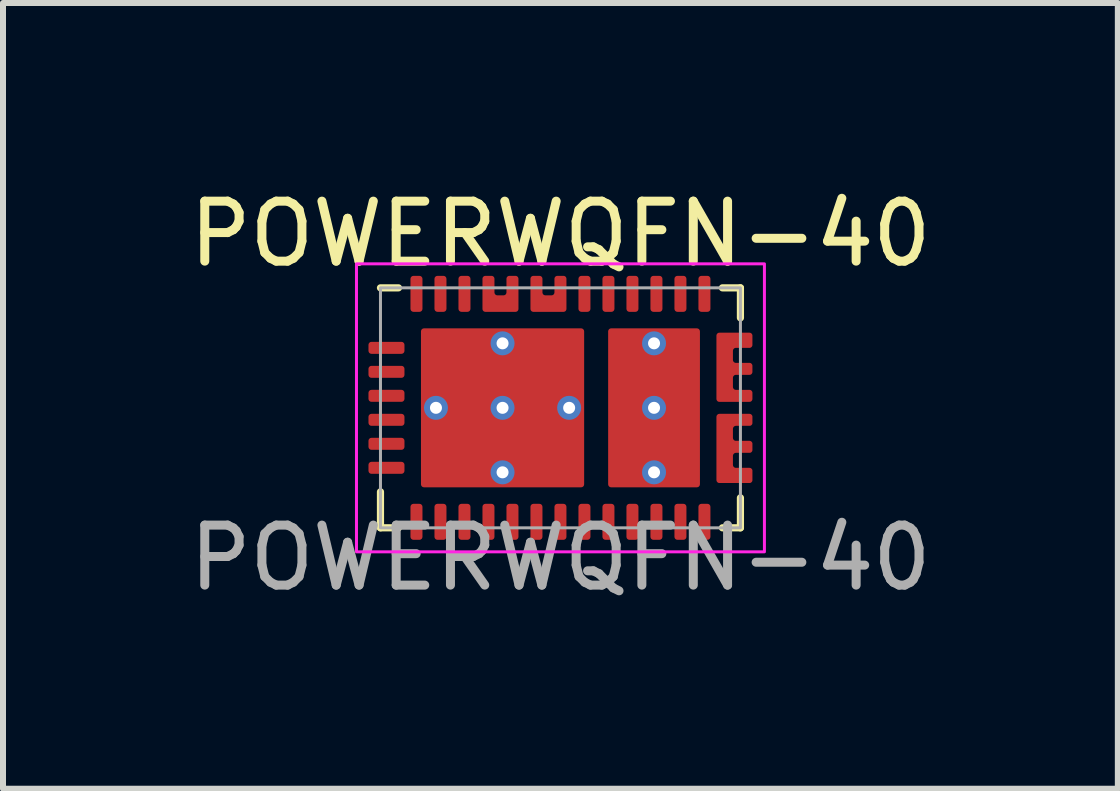
<source format=kicad_pcb>
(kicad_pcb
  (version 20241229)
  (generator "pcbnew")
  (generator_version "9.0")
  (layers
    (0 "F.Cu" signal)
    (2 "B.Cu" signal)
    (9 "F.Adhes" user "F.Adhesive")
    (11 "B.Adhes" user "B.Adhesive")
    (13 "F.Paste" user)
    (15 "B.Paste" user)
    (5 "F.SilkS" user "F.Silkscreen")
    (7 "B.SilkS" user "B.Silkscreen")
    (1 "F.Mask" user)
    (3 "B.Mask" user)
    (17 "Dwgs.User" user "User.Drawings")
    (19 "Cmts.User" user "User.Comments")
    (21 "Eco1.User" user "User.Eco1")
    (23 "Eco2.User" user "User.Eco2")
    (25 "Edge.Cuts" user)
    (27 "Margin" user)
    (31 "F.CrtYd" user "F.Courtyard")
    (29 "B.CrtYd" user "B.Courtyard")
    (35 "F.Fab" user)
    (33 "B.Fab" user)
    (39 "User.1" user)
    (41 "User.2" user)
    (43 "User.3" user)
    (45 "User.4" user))
  (footprint "POWERWQFN-40"
    (layer "F.Cu")
    (at 6.292 3.748)
    (property "Reference" "POWERWQFN-40" (at 0 -2.9 0) (unlocked yes) (layer "F.SilkS") (effects (font (size 1 1) (thickness 0.15))))
    (attr smd)
    (fp_line (start -3 -2) (end -2.7 -2) (stroke (width 0.12) (type solid)) (layer "F.SilkS"))
    (fp_line (start -3 1.4) (end -3 2) (stroke (width 0.12) (type solid)) (layer "F.SilkS"))
    (fp_line (start -3 2) (end -2.7 2) (stroke (width 0.12) (type solid)) (layer "F.SilkS"))
    (fp_line (start 2.7 -2) (end 3 -2) (stroke (width 0.12) (type solid)) (layer "F.SilkS"))
    (fp_line (start 3 -2) (end 3 -1.5) (stroke (width 0.12) (type solid)) (layer "F.SilkS"))
    (fp_line (start 3 1.5) (end 3 2) (stroke (width 0.12) (type solid)) (layer "F.SilkS"))
    (fp_line (start 3 2) (end 2.7 2) (stroke (width 0.12) (type solid)) (layer "F.SilkS"))
    (fp_rect (start -3.4 -2.4) (end 3.4 2.4) (stroke (width 0.05) (type solid)) (fill no) (layer "F.CrtYd"))
    (fp_rect (start -3 -2) (end 3 2) (stroke (width 0.05) (type solid)) (fill no) (layer "F.Fab"))
    (fp_text user "${REFERENCE}" (at 0 2.5 0) (unlocked yes) (layer "F.Fab") (effects (font (size 1 1) (thickness 0.15))))
    (pad "" smd roundrect (at -1 -1.9 90) (size 0.7 0.7) (layers "F.Mask") (roundrect_rratio 0.143))
    (pad "" smd roundrect (at -0.2 -1.9 90) (size 0.7 0.7) (layers "F.Mask") (roundrect_rratio 0.143))
    (pad "" smd roundrect (at 2.9 -0.676) (size 0.7 1.253) (layers "F.Mask") (roundrect_rratio 0.143))
    (pad "" smd roundrect (at 2.9 0.676) (size 0.7 1.253) (layers "F.Mask") (roundrect_rratio 0.143))
    (pad "1" smd roundrect (at -2.9 -1) (size 0.6 0.2) (layers "F.Cu" "F.Mask" "F.Paste") (roundrect_rratio 0.25))
    (pad "2" smd roundrect (at -2.9 -0.6) (size 0.6 0.2) (layers "F.Cu" "F.Mask" "F.Paste") (roundrect_rratio 0.25))
    (pad "3" smd roundrect (at -2.9 -0.2) (size 0.6 0.2) (layers "F.Cu" "F.Mask" "F.Paste") (roundrect_rratio 0.25))
    (pad "4" smd roundrect (at -2.9 0.2) (size 0.6 0.2) (layers "F.Cu" "F.Mask" "F.Paste") (roundrect_rratio 0.25))
    (pad "5" smd roundrect (at -2.9 0.6) (size 0.6 0.2) (layers "F.Cu" "F.Mask" "F.Paste") (roundrect_rratio 0.25))
    (pad "6" smd roundrect (at -2.9 1) (size 0.6 0.2) (layers "F.Cu" "F.Mask" "F.Paste") (roundrect_rratio 0.25))
    (pad "7" smd roundrect (at -2.4 1.9 90) (size 0.6 0.2) (layers "F.Cu" "F.Mask" "F.Paste") (roundrect_rratio 0.25))
    (pad "8" smd roundrect (at -2 1.9 90) (size 0.6 0.2) (layers "F.Cu" "F.Mask" "F.Paste") (roundrect_rratio 0.25))
    (pad "9" smd roundrect (at -1.6 1.9 90) (size 0.6 0.2) (layers "F.Cu" "F.Mask" "F.Paste") (roundrect_rratio 0.25))
    (pad "10" smd roundrect (at -1.2 1.9 90) (size 0.6 0.2) (layers "F.Cu" "F.Mask" "F.Paste") (roundrect_rratio 0.25))
    (pad "11" smd roundrect (at -0.8 1.9 90) (size 0.6 0.2) (layers "F.Cu" "F.Mask" "F.Paste") (roundrect_rratio 0.25))
    (pad "12" smd roundrect (at -0.4 1.9 90) (size 0.6 0.2) (layers "F.Cu" "F.Mask" "F.Paste") (roundrect_rratio 0.25))
    (pad "13" smd roundrect (at 0 1.9 90) (size 0.6 0.2) (layers "F.Cu" "F.Mask" "F.Paste") (roundrect_rratio 0.25))
    (pad "14" smd roundrect (at 0.4 1.9 90) (size 0.6 0.2) (layers "F.Cu" "F.Mask" "F.Paste") (roundrect_rratio 0.25))
    (pad "15" smd roundrect (at 0.8 1.9 90) (size 0.6 0.2) (layers "F.Cu" "F.Mask" "F.Paste") (roundrect_rratio 0.25))
    (pad "16" smd roundrect (at 1.2 1.9 90) (size 0.6 0.2) (layers "F.Cu" "F.Mask" "F.Paste") (roundrect_rratio 0.25))
    (pad "17" smd roundrect (at 1.6 1.9 90) (size 0.6 0.2) (layers "F.Cu" "F.Mask" "F.Paste") (roundrect_rratio 0.25))
    (pad "18" smd roundrect (at 2 1.9 90) (size 0.6 0.2) (layers "F.Cu" "F.Mask" "F.Paste") (roundrect_rratio 0.25))
    (pad "19" smd roundrect (at 2.4 1.9 90) (size 0.6 0.2) (layers "F.Cu" "F.Mask" "F.Paste") (roundrect_rratio 0.25))
    (pad "20" smd custom (at 2.777 0.688) (size 0.1 0.1) (layers "F.Cu" "F.Mask" "F.Paste") (options (anchor circle)) (primitives (gr_poly (pts (xy -0.05 -0.036) (xy -0.049 -0.041) (xy -0.046 -0.046) (xy -0.041 -0.049) (xy -0.036 -0.05) (xy 0.036 -0.05) (xy 0.041 -0.049) (xy 0.046 -0.046) (xy 0.049 -0.041) (xy 0.05 -0.036) (xy 0.05 0.036) (xy 0.049 0.041) (xy 0.046 0.046) (xy 0.041 0.049) (xy 0.036 0.05) (xy -0.036 0.05) (xy -0.041 0.049) (xy -0.046 0.046) (xy -0.049 0.041) (xy -0.05 0.036)) (width 0) (fill yes)) (gr_poly (pts (xy 0.423 -0.54) (xy 0.423 -0.542) (xy 0.423 -0.545) (xy 0.422 -0.547) (xy 0.422 -0.55) (xy 0.421 -0.552) (xy 0.42 -0.554) (xy 0.42 -0.557) (xy 0.419 -0.559) (xy 0.418 -0.561) (xy 0.416 -0.563) (xy 0.415 -0.565) (xy 0.414 -0.567) (xy 0.412 -0.569) (xy 0.41 -0.571) (xy 0.409 -0.573) (xy 0.407 -0.575) (xy 0.405 -0.576) (xy 0.403 -0.578) (xy 0.401 -0.579) (xy 0.399 -0.58) (xy 0.397 -0.582) (xy 0.395 -0.583) (xy 0.393 -0.584) (xy 0.39 -0.585) (xy 0.388 -0.585) (xy 0.386 -0.586) (xy 0.383 -0.587) (xy 0.381 -0.587) (xy 0.378 -0.587) (xy 0.376 -0.587) (xy 0.373 -0.588) (xy -0.127 -0.588) (xy -0.129 -0.587) (xy -0.132 -0.587) (xy -0.134 -0.587) (xy -0.136 -0.587) (xy -0.139 -0.586) (xy -0.141 -0.585) (xy -0.143 -0.585) (xy -0.146 -0.584) (xy -0.148 -0.583) (xy -0.15 -0.582) (xy -0.152 -0.58) (xy -0.154 -0.579) (xy -0.156 -0.578) (xy -0.158 -0.576) (xy -0.16 -0.575) (xy -0.162 -0.573) (xy -0.164 -0.571) (xy -0.165 -0.569) (xy -0.167 -0.567) (xy -0.168 -0.565) (xy -0.169 -0.563) (xy -0.171 -0.561) (xy -0.172 -0.559) (xy -0.173 -0.557) (xy -0.174 -0.554) (xy -0.174 -0.552) (xy -0.175 -0.55) (xy -0.176 -0.547) (xy -0.176 -0.545) (xy -0.176 -0.542) (xy -0.177 -0.54) (xy -0.177 -0.538) (xy -0.177 0.515) (xy -0.177 0.518) (xy -0.176 0.52) (xy -0.176 0.523) (xy -0.176 0.525) (xy -0.175 0.528) (xy -0.174 0.53) (xy -0.174 0.532) (xy -0.173 0.535) (xy -0.172 0.537) (xy -0.171 0.539) (xy -0.169 0.541) (xy -0.168 0.543) (xy -0.167 0.545) (xy -0.165 0.547) (xy -0.164 0.549) (xy -0.162 0.551) (xy -0.16 0.553) (xy -0.158 0.554) (xy -0.156 0.556) (xy -0.154 0.557) (xy -0.152 0.558) (xy -0.15 0.56) (xy -0.148 0.561) (xy -0.146 0.562) (xy -0.143 0.563) (xy -0.141 0.563) (xy -0.139 0.564) (xy -0.136 0.565) (xy -0.134 0.565) (xy -0.132 0.565) (xy -0.129 0.565) (xy -0.127 0.565) (xy 0.373 0.565) (xy 0.376 0.565) (xy 0.378 0.565) (xy 0.381 0.565) (xy 0.383 0.565) (xy 0.386 0.564) (xy 0.388 0.563) (xy 0.39 0.563) (xy 0.393 0.562) (xy 0.395 0.561) (xy 0.397 0.56) (xy 0.399 0.558) (xy 0.401 0.557) (xy 0.403 0.556) (xy 0.405 0.554) (xy 0.407 0.553) (xy 0.409 0.551) (xy 0.41 0.549) (xy 0.412 0.547) (xy 0.414 0.545) (xy 0.415 0.543) (xy 0.416 0.541) (xy 0.418 0.539) (xy 0.419 0.537) (xy 0.42 0.535) (xy 0.42 0.532) (xy 0.421 0.53) (xy 0.422 0.528) (xy 0.422 0.525) (xy 0.423 0.523) (xy 0.423 0.52) (xy 0.423 0.518) (xy 0.423 0.515) (xy 0.423 0.362) (xy 0.423 0.36) (xy 0.423 0.358) (xy 0.423 0.355) (xy 0.422 0.353) (xy 0.422 0.35) (xy 0.421 0.348) (xy 0.42 0.346) (xy 0.42 0.343) (xy 0.419 0.341) (xy 0.418 0.339) (xy 0.416 0.337) (xy 0.415 0.335) (xy 0.414 0.333) (xy 0.412 0.331) (xy 0.41 0.329) (xy 0.409 0.327) (xy 0.407 0.325) (xy 0.405 0.324) (xy 0.403 0.322) (xy 0.401 0.321) (xy 0.399 0.32) (xy 0.397 0.318) (xy 0.395 0.317) (xy 0.393 0.316) (xy 0.39 0.315) (xy 0.388 0.315) (xy 0.386 0.314) (xy 0.383 0.313) (xy 0.381 0.313) (xy 0.378 0.313) (xy 0.376 0.313) (xy 0.373 0.312) (xy 0.148 0.312) (xy 0.146 0.312) (xy 0.143 0.312) (xy 0.141 0.312) (xy 0.139 0.312) (xy 0.136 0.311) (xy 0.134 0.31) (xy 0.132 0.31) (xy 0.129 0.309) (xy 0.127 0.308) (xy 0.125 0.307) (xy 0.123 0.305) (xy 0.121 0.304) (xy 0.119 0.303) (xy 0.117 0.301) (xy 0.115 0.3) (xy 0.113 0.298) (xy 0.111 0.296) (xy 0.11 0.294) (xy 0.108 0.292) (xy 0.107 0.29) (xy 0.106 0.288) (xy 0.104 0.286) (xy 0.103 0.284) (xy 0.102 0.282) (xy 0.101 0.279) (xy 0.101 0.277) (xy 0.1 0.275) (xy 0.099 0.272) (xy 0.099 0.27) (xy 0.099 0.267) (xy 0.098 0.265) (xy 0.098 0.262) (xy 0.098 0.112) (xy 0.098 0.11) (xy 0.099 0.107) (xy 0.099 0.105) (xy 0.099 0.102) (xy 0.1 0.1) (xy 0.101 0.098) (xy 0.101 0.095) (xy 0.102 0.093) (xy 0.103 0.091) (xy 0.104 0.089) (xy 0.106 0.087) (xy 0.107 0.085) (xy 0.108 0.083) (xy 0.11 0.081) (xy 0.111 0.079) (xy 0.113 0.077) (xy 0.115 0.075) (xy 0.117 0.074) (xy 0.119 0.072) (xy 0.12 0.071) (xy 0.122 0.07) (xy 0.125 0.069) (xy 0.127 0.067) (xy 0.129 0.066) (xy 0.131 0.066) (xy 0.134 0.065) (xy 0.136 0.064) (xy 0.138 0.064) (xy 0.141 0.063) (xy 0.143 0.063) (xy 0.146 0.063) (xy 0.148 0.062) (xy 0.373 0.062) (xy 0.376 0.062) (xy 0.378 0.062) (xy 0.381 0.062) (xy 0.383 0.062) (xy 0.386 0.061) (xy 0.388 0.06) (xy 0.39 0.06) (xy 0.393 0.059) (xy 0.395 0.058) (xy 0.397 0.057) (xy 0.399 0.055) (xy 0.401 0.054) (xy 0.403 0.053) (xy 0.405 0.051) (xy 0.407 0.05) (xy 0.409 0.048) (xy 0.41 0.046) (xy 0.412 0.044) (xy 0.414 0.042) (xy 0.415 0.04) (xy 0.416 0.038) (xy 0.418 0.036) (xy 0.419 0.034) (xy 0.42 0.032) (xy 0.42 0.029) (xy 0.421 0.027) (xy 0.422 0.025) (xy 0.422 0.022) (xy 0.423 0.02) (xy 0.423 0.017) (xy 0.423 0.015) (xy 0.423 0.012) (xy 0.423 -0.088) (xy 0.423 -0.09) (xy 0.423 -0.092) (xy 0.423 -0.095) (xy 0.422 -0.097) (xy 0.422 -0.1) (xy 0.421 -0.102) (xy 0.42 -0.104) (xy 0.42 -0.107) (xy 0.419 -0.109) (xy 0.418 -0.111) (xy 0.416 -0.113) (xy 0.415 -0.115) (xy 0.414 -0.117) (xy 0.412 -0.119) (xy 0.41 -0.121) (xy 0.409 -0.123) (xy 0.407 -0.125) (xy 0.405 -0.126) (xy 0.403 -0.128) (xy 0.401 -0.129) (xy 0.399 -0.13) (xy 0.397 -0.132) (xy 0.395 -0.133) (xy 0.393 -0.134) (xy 0.39 -0.135) (xy 0.388 -0.135) (xy 0.386 -0.136) (xy 0.383 -0.137) (xy 0.381 -0.137) (xy 0.378 -0.137) (xy 0.376 -0.137) (xy 0.373 -0.138) (xy 0.148 -0.138) (xy 0.146 -0.138) (xy 0.143 -0.138) (xy 0.141 -0.138) (xy 0.139 -0.138) (xy 0.136 -0.139) (xy 0.134 -0.14) (xy 0.132 -0.14) (xy 0.129 -0.141) (xy 0.127 -0.142) (xy 0.125 -0.143) (xy 0.123 -0.145) (xy 0.121 -0.146) (xy 0.119 -0.147) (xy 0.117 -0.149) (xy 0.115 -0.15) (xy 0.113 -0.152) (xy 0.111 -0.154) (xy 0.11 -0.156) (xy 0.108 -0.158) (xy 0.107 -0.16) (xy 0.106 -0.162) (xy 0.104 -0.164) (xy 0.103 -0.166) (xy 0.102 -0.168) (xy 0.101 -0.171) (xy 0.101 -0.173) (xy 0.1 -0.175) (xy 0.099 -0.178) (xy 0.099 -0.18) (xy 0.099 -0.183) (xy 0.098 -0.185) (xy 0.098 -0.188) (xy 0.098 -0.338) (xy 0.098 -0.34) (xy 0.099 -0.342) (xy 0.099 -0.345) (xy 0.099 -0.347) (xy 0.1 -0.35) (xy 0.101 -0.352) (xy 0.101 -0.354) (xy 0.102 -0.357) (xy 0.103 -0.359) (xy 0.104 -0.361) (xy 0.106 -0.363) (xy 0.107 -0.365) (xy 0.108 -0.367) (xy 0.11 -0.369) (xy 0.111 -0.371) (xy 0.113 -0.373) (xy 0.115 -0.375) (xy 0.117 -0.376) (xy 0.119 -0.378) (xy 0.121 -0.379) (xy 0.123 -0.38) (xy 0.125 -0.382) (xy 0.127 -0.383) (xy 0.129 -0.384) (xy 0.132 -0.385) (xy 0.134 -0.385) (xy 0.136 -0.386) (xy 0.139 -0.387) (xy 0.141 -0.387) (xy 0.143 -0.387) (xy 0.146 -0.387) (xy 0.148 -0.388) (xy 0.373 -0.388) (xy 0.376 -0.388) (xy 0.378 -0.388) (xy 0.381 -0.388) (xy 0.383 -0.388) (xy 0.386 -0.389) (xy 0.388 -0.39) (xy 0.39 -0.39) (xy 0.393 -0.391) (xy 0.395 -0.392) (xy 0.397 -0.393) (xy 0.399 -0.395) (xy 0.401 -0.396) (xy 0.403 -0.397) (xy 0.405 -0.399) (xy 0.407 -0.4) (xy 0.409 -0.402) (xy 0.41 -0.404) (xy 0.412 -0.406) (xy 0.414 -0.408) (xy 0.415 -0.41) (xy 0.416 -0.412) (xy 0.418 -0.414) (xy 0.419 -0.416) (xy 0.42 -0.418) (xy 0.42 -0.421) (xy 0.421 -0.423) (xy 0.422 -0.425) (xy 0.422 -0.428) (xy 0.423 -0.43) (xy 0.423 -0.433) (xy 0.423 -0.435) (xy 0.423 -0.438) (xy 0.423 -0.538)) (width 0) (fill yes))))
    (pad "21" smd custom (at 2.9 -0.676) (size 0.1 0.1) (layers "F.Cu" "F.Mask" "F.Paste") (options (anchor circle)) (primitives (gr_poly (pts (xy -0.05 -0.043) (xy -0.049 -0.046) (xy -0.048 -0.048) (xy -0.046 -0.049) (xy -0.043 -0.05) (xy 0.043 -0.05) (xy 0.046 -0.049) (xy 0.048 -0.048) (xy 0.049 -0.046) (xy 0.05 -0.043) (xy 0.05 0.043) (xy 0.049 0.046) (xy 0.048 0.048) (xy 0.046 0.049) (xy 0.043 0.05) (xy -0.043 0.05) (xy -0.046 0.049) (xy -0.048 0.048) (xy -0.049 0.046) (xy -0.05 0.043)) (width 0) (fill yes)) (gr_poly (pts (xy 0.3 0.529) (xy 0.3 0.531) (xy 0.299 0.534) (xy 0.299 0.536) (xy 0.298 0.539) (xy 0.298 0.541) (xy 0.297 0.543) (xy 0.296 0.546) (xy 0.295 0.548) (xy 0.294 0.55) (xy 0.293 0.552) (xy 0.292 0.554) (xy 0.29 0.556) (xy 0.289 0.558) (xy 0.287 0.56) (xy 0.285 0.562) (xy 0.284 0.564) (xy 0.282 0.565) (xy 0.28 0.567) (xy 0.278 0.568) (xy 0.276 0.569) (xy 0.274 0.571) (xy 0.271 0.572) (xy 0.269 0.573) (xy 0.267 0.574) (xy 0.265 0.574) (xy 0.262 0.575) (xy 0.26 0.576) (xy 0.257 0.576) (xy 0.255 0.576) (xy 0.252 0.576) (xy 0.25 0.577) (xy -0.25 0.577) (xy -0.252 0.576) (xy -0.255 0.576) (xy -0.257 0.576) (xy -0.26 0.576) (xy -0.262 0.575) (xy -0.265 0.574) (xy -0.267 0.574) (xy -0.269 0.573) (xy -0.271 0.572) (xy -0.274 0.571) (xy -0.276 0.569) (xy -0.278 0.568) (xy -0.28 0.567) (xy -0.282 0.565) (xy -0.284 0.564) (xy -0.285 0.562) (xy -0.287 0.56) (xy -0.289 0.558) (xy -0.29 0.556) (xy -0.292 0.554) (xy -0.293 0.552) (xy -0.294 0.55) (xy -0.295 0.548) (xy -0.296 0.546) (xy -0.297 0.543) (xy -0.298 0.541) (xy -0.298 0.539) (xy -0.299 0.536) (xy -0.299 0.534) (xy -0.3 0.531) (xy -0.3 0.529) (xy -0.3 0.526) (xy -0.3 -0.526) (xy -0.3 -0.529) (xy -0.3 -0.531) (xy -0.299 -0.534) (xy -0.299 -0.536) (xy -0.298 -0.539) (xy -0.298 -0.541) (xy -0.297 -0.543) (xy -0.296 -0.546) (xy -0.295 -0.548) (xy -0.294 -0.55) (xy -0.293 -0.552) (xy -0.292 -0.554) (xy -0.29 -0.556) (xy -0.289 -0.558) (xy -0.287 -0.56) (xy -0.285 -0.562) (xy -0.284 -0.564) (xy -0.282 -0.565) (xy -0.28 -0.567) (xy -0.278 -0.568) (xy -0.276 -0.569) (xy -0.274 -0.571) (xy -0.271 -0.572) (xy -0.269 -0.573) (xy -0.267 -0.574) (xy -0.265 -0.574) (xy -0.262 -0.575) (xy -0.26 -0.576) (xy -0.257 -0.576) (xy -0.255 -0.576) (xy -0.252 -0.576) (xy -0.25 -0.577) (xy 0.25 -0.577) (xy 0.252 -0.576) (xy 0.255 -0.576) (xy 0.257 -0.576) (xy 0.26 -0.576) (xy 0.262 -0.575) (xy 0.265 -0.574) (xy 0.267 -0.574) (xy 0.269 -0.573) (xy 0.271 -0.572) (xy 0.274 -0.571) (xy 0.276 -0.569) (xy 0.278 -0.568) (xy 0.28 -0.567) (xy 0.282 -0.565) (xy 0.284 -0.564) (xy 0.285 -0.562) (xy 0.287 -0.56) (xy 0.289 -0.558) (xy 0.29 -0.556) (xy 0.292 -0.554) (xy 0.293 -0.552) (xy 0.294 -0.55) (xy 0.295 -0.548) (xy 0.296 -0.546) (xy 0.297 -0.543) (xy 0.298 -0.541) (xy 0.298 -0.539) (xy 0.299 -0.536) (xy 0.299 -0.534) (xy 0.3 -0.531) (xy 0.3 -0.529) (xy 0.3 -0.526) (xy 0.3 -0.373) (xy 0.3 -0.371) (xy 0.3 -0.369) (xy 0.299 -0.366) (xy 0.299 -0.364) (xy 0.298 -0.361) (xy 0.298 -0.359) (xy 0.297 -0.357) (xy 0.296 -0.354) (xy 0.295 -0.352) (xy 0.294 -0.35) (xy 0.293 -0.348) (xy 0.292 -0.346) (xy 0.29 -0.344) (xy 0.289 -0.342) (xy 0.287 -0.34) (xy 0.285 -0.338) (xy 0.284 -0.336) (xy 0.282 -0.335) (xy 0.28 -0.333) (xy 0.278 -0.332) (xy 0.276 -0.331) (xy 0.274 -0.329) (xy 0.271 -0.328) (xy 0.269 -0.327) (xy 0.267 -0.326) (xy 0.265 -0.326) (xy 0.262 -0.325) (xy 0.26 -0.324) (xy 0.257 -0.324) (xy 0.255 -0.324) (xy 0.252 -0.324) (xy 0.25 -0.324) (xy 0.025 -0.324) (xy 0.023 -0.323) (xy 0.02 -0.323) (xy 0.018 -0.323) (xy 0.015 -0.323) (xy 0.013 -0.322) (xy 0.01 -0.321) (xy 0.008 -0.321) (xy 0.006 -0.32) (xy 0.004 -0.319) (xy 0.001 -0.318) (xy -0.001 -0.316) (xy -0.003 -0.315) (xy -0.005 -0.314) (xy -0.007 -0.312) (xy -0.009 -0.311) (xy -0.01 -0.309) (xy -0.012 -0.307) (xy -0.014 -0.305) (xy -0.015 -0.303) (xy -0.017 -0.301) (xy -0.018 -0.299) (xy -0.019 -0.297) (xy -0.02 -0.295) (xy -0.021 -0.293) (xy -0.022 -0.29) (xy -0.023 -0.288) (xy -0.023 -0.286) (xy -0.024 -0.283) (xy -0.024 -0.281) (xy -0.025 -0.278) (xy -0.025 -0.276) (xy -0.025 -0.274) (xy -0.025 -0.123) (xy -0.025 -0.121) (xy -0.025 -0.118) (xy -0.024 -0.116) (xy -0.024 -0.113) (xy -0.023 -0.111) (xy -0.023 -0.109) (xy -0.022 -0.106) (xy -0.021 -0.104) (xy -0.02 -0.102) (xy -0.019 -0.1) (xy -0.018 -0.098) (xy -0.016 -0.096) (xy -0.015 -0.094) (xy -0.014 -0.092) (xy -0.012 -0.09) (xy -0.01 -0.088) (xy -0.009 -0.086) (xy -0.007 -0.085) (xy -0.005 -0.083) (xy -0.003 -0.082) (xy -0.001 -0.081) (xy 0.001 -0.08) (xy 0.003 -0.078) (xy 0.006 -0.077) (xy 0.008 -0.077) (xy 0.01 -0.076) (xy 0.013 -0.075) (xy 0.015 -0.075) (xy 0.017 -0.074) (xy 0.02 -0.074) (xy 0.022 -0.074) (xy 0.025 -0.073) (xy 0.25 -0.073) (xy 0.252 -0.073) (xy 0.255 -0.073) (xy 0.257 -0.073) (xy 0.26 -0.073) (xy 0.262 -0.072) (xy 0.265 -0.071) (xy 0.267 -0.071) (xy 0.269 -0.07) (xy 0.271 -0.069) (xy 0.274 -0.068) (xy 0.276 -0.066) (xy 0.278 -0.065) (xy 0.28 -0.064) (xy 0.282 -0.062) (xy 0.284 -0.061) (xy 0.285 -0.059) (xy 0.287 -0.057) (xy 0.289 -0.055) (xy 0.29 -0.053) (xy 0.292 -0.051) (xy 0.293 -0.049) (xy 0.294 -0.047) (xy 0.295 -0.045) (xy 0.296 -0.043) (xy 0.297 -0.04) (xy 0.298 -0.038) (xy 0.298 -0.036) (xy 0.299 -0.033) (xy 0.299 -0.031) (xy 0.3 -0.028) (xy 0.3 -0.026) (xy 0.3 -0.024) (xy 0.3 0.076) (xy 0.3 0.079) (xy 0.3 0.081) (xy 0.299 0.084) (xy 0.299 0.086) (xy 0.298 0.089) (xy 0.298 0.091) (xy 0.297 0.093) (xy 0.296 0.096) (xy 0.295 0.098) (xy 0.294 0.1) (xy 0.293 0.102) (xy 0.292 0.104) (xy 0.29 0.106) (xy 0.289 0.108) (xy 0.287 0.11) (xy 0.285 0.112) (xy 0.284 0.114) (xy 0.282 0.115) (xy 0.28 0.117) (xy 0.278 0.118) (xy 0.276 0.119) (xy 0.274 0.121) (xy 0.271 0.122) (xy 0.269 0.123) (xy 0.267 0.124) (xy 0.265 0.124) (xy 0.262 0.125) (xy 0.26 0.126) (xy 0.257 0.126) (xy 0.255 0.126) (xy 0.252 0.126) (xy 0.25 0.127) (xy 0.025 0.127) (xy 0.023 0.127) (xy 0.02 0.127) (xy 0.018 0.127) (xy 0.015 0.127) (xy 0.013 0.128) (xy 0.01 0.129) (xy 0.008 0.129) (xy 0.006 0.13) (xy 0.004 0.131) (xy 0.001 0.132) (xy -0.001 0.134) (xy -0.003 0.135) (xy -0.005 0.136) (xy -0.007 0.138) (xy -0.009 0.139) (xy -0.01 0.141) (xy -0.012 0.143) (xy -0.014 0.145) (xy -0.015 0.147) (xy -0.017 0.149) (xy -0.018 0.151) (xy -0.019 0.153) (xy -0.02 0.155) (xy -0.021 0.157) (xy -0.022 0.16) (xy -0.023 0.162) (xy -0.023 0.164) (xy -0.024 0.167) (xy -0.024 0.169) (xy -0.025 0.172) (xy -0.025 0.174) (xy -0.025 0.176) (xy -0.025 0.327) (xy -0.025 0.329) (xy -0.025 0.331) (xy -0.024 0.334) (xy -0.024 0.336) (xy -0.023 0.339) (xy -0.023 0.341) (xy -0.022 0.343) (xy -0.021 0.346) (xy -0.02 0.348) (xy -0.019 0.35) (xy -0.018 0.352) (xy -0.017 0.354) (xy -0.015 0.356) (xy -0.014 0.358) (xy -0.012 0.36) (xy -0.01 0.362) (xy -0.009 0.364) (xy -0.007 0.365) (xy -0.005 0.367) (xy -0.003 0.368) (xy -0.001 0.369) (xy 0.001 0.371) (xy 0.004 0.372) (xy 0.006 0.373) (xy 0.008 0.374) (xy 0.01 0.374) (xy 0.013 0.375) (xy 0.015 0.376) (xy 0.018 0.376) (xy 0.02 0.376) (xy 0.023 0.376) (xy 0.025 0.377) (xy 0.25 0.377) (xy 0.252 0.377) (xy 0.255 0.377) (xy 0.257 0.377) (xy 0.26 0.377) (xy 0.262 0.378) (xy 0.265 0.379) (xy 0.267 0.379) (xy 0.269 0.38) (xy 0.271 0.381) (xy 0.274 0.382) (xy 0.276 0.384) (xy 0.278 0.385) (xy 0.28 0.386) (xy 0.282 0.388) (xy 0.284 0.389) (xy 0.285 0.391) (xy 0.287 0.393) (xy 0.289 0.395) (xy 0.29 0.397) (xy 0.292 0.399) (xy 0.293 0.401) (xy 0.294 0.403) (xy 0.295 0.405) (xy 0.296 0.407) (xy 0.297 0.41) (xy 0.298 0.412) (xy 0.298 0.414) (xy 0.299 0.417) (xy 0.299 0.419) (xy 0.3 0.422) (xy 0.3 0.424) (xy 0.3 0.426) (xy 0.3 0.526)) (width 0) (fill yes))))
    (pad "22" smd roundrect (at 2.4 -1.9 90) (size 0.6 0.2) (layers "F.Cu" "F.Mask" "F.Paste") (roundrect_rratio 0.25))
    (pad "23" smd roundrect (at 2 -1.9 90) (size 0.6 0.2) (layers "F.Cu" "F.Mask" "F.Paste") (roundrect_rratio 0.25))
    (pad "24" smd roundrect (at 1.6 -1.9 90) (size 0.6 0.2) (layers "F.Cu" "F.Mask" "F.Paste") (roundrect_rratio 0.25))
    (pad "25" smd roundrect (at 1.2 -1.9 90) (size 0.6 0.2) (layers "F.Cu" "F.Mask" "F.Paste") (roundrect_rratio 0.25))
    (pad "26" smd roundrect (at 0.8 -1.9 90) (size 0.6 0.2) (layers "F.Cu" "F.Mask" "F.Paste") (roundrect_rratio 0.25))
    (pad "27" smd roundrect (at 0.4 -1.9 90) (size 0.6 0.2) (layers "F.Cu" "F.Mask" "F.Paste") (roundrect_rratio 0.25))
    (pad "28" smd custom (at -0.4 -1.9 90) (size 0.2 0.2) (layers "F.Cu" "F.Mask" "F.Paste") (options (anchor circle)) (primitives (gr_poly (pts (xy -0.3 -0.05) (xy -0.296 -0.069) (xy -0.285 -0.085) (xy -0.269 -0.096) (xy -0.25 -0.1) (xy 0.25 -0.1) (xy 0.269 -0.096) (xy 0.285 -0.085) (xy 0.296 -0.069) (xy 0.3 -0.05) (xy 0.3 0.05) (xy 0.296 0.069) (xy 0.285 0.085) (xy 0.269 0.096) (xy 0.25 0.1) (xy -0.25 0.1) (xy -0.269 0.096) (xy -0.285 0.085) (xy -0.296 0.069) (xy -0.3 0.05)) (width 0) (fill yes)) (gr_poly (pts (xy 0.3 0.052) (xy 0.3 0.055) (xy 0.299 0.057) (xy 0.299 0.06) (xy 0.298 0.062) (xy 0.298 0.065) (xy 0.297 0.067) (xy 0.296 0.069) (xy 0.295 0.071) (xy 0.294 0.074) (xy 0.293 0.076) (xy 0.292 0.078) (xy 0.29 0.08) (xy 0.289 0.082) (xy 0.287 0.084) (xy 0.285 0.085) (xy 0.284 0.087) (xy 0.282 0.089) (xy 0.28 0.09) (xy 0.278 0.092) (xy 0.276 0.093) (xy 0.274 0.094) (xy 0.271 0.095) (xy 0.269 0.096) (xy 0.267 0.097) (xy 0.265 0.098) (xy 0.262 0.098) (xy 0.26 0.099) (xy 0.257 0.099) (xy 0.255 0.1) (xy 0.252 0.1) (xy 0.25 0.1) (xy 0.025 0.1) (xy 0.023 0.1) (xy 0.02 0.1) (xy 0.018 0.101) (xy 0.015 0.101) (xy 0.013 0.102) (xy 0.01 0.102) (xy 0.008 0.103) (xy 0.006 0.104) (xy 0.004 0.105) (xy 0.001 0.106) (xy -0.001 0.107) (xy -0.003 0.108) (xy -0.005 0.11) (xy -0.007 0.111) (xy -0.009 0.113) (xy -0.01 0.115) (xy -0.012 0.116) (xy -0.014 0.118) (xy -0.015 0.12) (xy -0.017 0.122) (xy -0.018 0.124) (xy -0.019 0.126) (xy -0.02 0.129) (xy -0.021 0.131) (xy -0.022 0.133) (xy -0.023 0.135) (xy -0.023 0.138) (xy -0.024 0.14) (xy -0.024 0.143) (xy -0.025 0.145) (xy -0.025 0.148) (xy -0.025 0.15) (xy -0.025 0.25) (xy -0.025 0.252) (xy -0.025 0.255) (xy -0.024 0.257) (xy -0.024 0.26) (xy -0.023 0.262) (xy -0.023 0.265) (xy -0.022 0.267) (xy -0.021 0.269) (xy -0.02 0.271) (xy -0.019 0.274) (xy -0.018 0.276) (xy -0.017 0.278) (xy -0.015 0.28) (xy -0.014 0.282) (xy -0.012 0.284) (xy -0.01 0.285) (xy -0.009 0.287) (xy -0.007 0.289) (xy -0.005 0.29) (xy -0.003 0.292) (xy -0.001 0.293) (xy 0.001 0.294) (xy 0.004 0.295) (xy 0.006 0.296) (xy 0.008 0.297) (xy 0.01 0.298) (xy 0.013 0.298) (xy 0.015 0.299) (xy 0.018 0.299) (xy 0.02 0.3) (xy 0.023 0.3) (xy 0.025 0.3) (xy 0.25 0.3) (xy 0.252 0.3) (xy 0.255 0.3) (xy 0.257 0.301) (xy 0.26 0.301) (xy 0.262 0.302) (xy 0.265 0.302) (xy 0.267 0.303) (xy 0.269 0.304) (xy 0.271 0.305) (xy 0.274 0.306) (xy 0.276 0.307) (xy 0.278 0.308) (xy 0.28 0.31) (xy 0.282 0.311) (xy 0.284 0.313) (xy 0.285 0.315) (xy 0.287 0.316) (xy 0.289 0.318) (xy 0.29 0.32) (xy 0.292 0.322) (xy 0.293 0.324) (xy 0.294 0.326) (xy 0.295 0.329) (xy 0.296 0.331) (xy 0.297 0.333) (xy 0.298 0.335) (xy 0.298 0.338) (xy 0.299 0.34) (xy 0.299 0.343) (xy 0.3 0.345) (xy 0.3 0.348) (xy 0.3 0.35) (xy 0.3 0.45) (xy 0.3 0.452) (xy 0.3 0.455) (xy 0.299 0.457) (xy 0.299 0.46) (xy 0.298 0.462) (xy 0.298 0.465) (xy 0.297 0.467) (xy 0.296 0.469) (xy 0.295 0.471) (xy 0.294 0.474) (xy 0.293 0.476) (xy 0.292 0.478) (xy 0.29 0.48) (xy 0.289 0.482) (xy 0.287 0.484) (xy 0.285 0.485) (xy 0.284 0.487) (xy 0.282 0.489) (xy 0.28 0.49) (xy 0.278 0.492) (xy 0.276 0.493) (xy 0.274 0.494) (xy 0.271 0.495) (xy 0.269 0.496) (xy 0.267 0.497) (xy 0.265 0.498) (xy 0.262 0.498) (xy 0.26 0.499) (xy 0.257 0.499) (xy 0.255 0.5) (xy 0.252 0.5) (xy 0.25 0.5) (xy -0.25 0.5) (xy -0.252 0.5) (xy -0.255 0.5) (xy -0.257 0.499) (xy -0.26 0.499) (xy -0.262 0.498) (xy -0.265 0.498) (xy -0.267 0.497) (xy -0.269 0.496) (xy -0.271 0.495) (xy -0.274 0.494) (xy -0.276 0.493) (xy -0.278 0.492) (xy -0.28 0.49) (xy -0.282 0.489) (xy -0.284 0.487) (xy -0.285 0.485) (xy -0.287 0.484) (xy -0.289 0.482) (xy -0.29 0.48) (xy -0.292 0.478) (xy -0.293 0.476) (xy -0.294 0.474) (xy -0.295 0.471) (xy -0.296 0.469) (xy -0.297 0.467) (xy -0.298 0.465) (xy -0.298 0.462) (xy -0.299 0.46) (xy -0.299 0.457) (xy -0.3 0.455) (xy -0.3 0.452) (xy -0.3 0.45) (xy -0.3 -0.05) (xy -0.3 -0.052) (xy -0.3 -0.055) (xy -0.299 -0.057) (xy -0.299 -0.06) (xy -0.298 -0.062) (xy -0.298 -0.065) (xy -0.297 -0.067) (xy -0.296 -0.069) (xy -0.295 -0.071) (xy -0.294 -0.074) (xy -0.293 -0.076) (xy -0.292 -0.078) (xy -0.29 -0.08) (xy -0.289 -0.082) (xy -0.287 -0.084) (xy -0.285 -0.085) (xy -0.284 -0.087) (xy -0.282 -0.089) (xy -0.28 -0.09) (xy -0.278 -0.092) (xy -0.276 -0.093) (xy -0.274 -0.094) (xy -0.271 -0.095) (xy -0.269 -0.096) (xy -0.267 -0.097) (xy -0.265 -0.098) (xy -0.262 -0.098) (xy -0.26 -0.099) (xy -0.257 -0.099) (xy -0.255 -0.1) (xy -0.252 -0.1) (xy -0.25 -0.1) (xy 0.25 -0.1) (xy 0.252 -0.1) (xy 0.255 -0.1) (xy 0.257 -0.099) (xy 0.26 -0.099) (xy 0.262 -0.098) (xy 0.265 -0.098) (xy 0.267 -0.097) (xy 0.269 -0.096) (xy 0.271 -0.095) (xy 0.274 -0.094) (xy 0.276 -0.093) (xy 0.278 -0.092) (xy 0.28 -0.09) (xy 0.282 -0.089) (xy 0.284 -0.087) (xy 0.285 -0.085) (xy 0.287 -0.084) (xy 0.289 -0.082) (xy 0.29 -0.08) (xy 0.292 -0.078) (xy 0.293 -0.076) (xy 0.294 -0.074) (xy 0.295 -0.071) (xy 0.296 -0.069) (xy 0.297 -0.067) (xy 0.298 -0.065) (xy 0.298 -0.062) (xy 0.299 -0.06) (xy 0.299 -0.057) (xy 0.3 -0.055) (xy 0.3 -0.052) (xy 0.3 -0.05) (xy 0.3 0.05)) (width 0) (fill yes))))
    (pad "29" smd custom (at -1.2 -1.9 90) (size 0.2 0.2) (layers "F.Cu" "F.Mask" "F.Paste") (options (anchor circle)) (primitives (gr_poly (pts (xy -0.3 -0.05) (xy -0.296 -0.069) (xy -0.285 -0.085) (xy -0.269 -0.096) (xy -0.25 -0.1) (xy 0.25 -0.1) (xy 0.269 -0.096) (xy 0.285 -0.085) (xy 0.296 -0.069) (xy 0.3 -0.05) (xy 0.3 0.05) (xy 0.296 0.069) (xy 0.285 0.085) (xy 0.269 0.096) (xy 0.25 0.1) (xy -0.25 0.1) (xy -0.269 0.096) (xy -0.285 0.085) (xy -0.296 0.069) (xy -0.3 0.05)) (width 0) (fill yes)) (gr_poly (pts (xy 0.3 0.052) (xy 0.3 0.055) (xy 0.299 0.057) (xy 0.299 0.06) (xy 0.298 0.062) (xy 0.298 0.065) (xy 0.297 0.067) (xy 0.296 0.069) (xy 0.295 0.071) (xy 0.294 0.074) (xy 0.293 0.076) (xy 0.292 0.078) (xy 0.29 0.08) (xy 0.289 0.082) (xy 0.287 0.084) (xy 0.285 0.085) (xy 0.284 0.087) (xy 0.282 0.089) (xy 0.28 0.09) (xy 0.278 0.092) (xy 0.276 0.093) (xy 0.274 0.094) (xy 0.271 0.095) (xy 0.269 0.096) (xy 0.267 0.097) (xy 0.265 0.098) (xy 0.262 0.098) (xy 0.26 0.099) (xy 0.257 0.099) (xy 0.255 0.1) (xy 0.252 0.1) (xy 0.25 0.1) (xy 0.025 0.1) (xy 0.023 0.1) (xy 0.02 0.1) (xy 0.018 0.101) (xy 0.015 0.101) (xy 0.013 0.102) (xy 0.01 0.102) (xy 0.008 0.103) (xy 0.006 0.104) (xy 0.004 0.105) (xy 0.001 0.106) (xy -0.001 0.107) (xy -0.003 0.108) (xy -0.005 0.11) (xy -0.007 0.111) (xy -0.009 0.113) (xy -0.01 0.115) (xy -0.012 0.116) (xy -0.014 0.118) (xy -0.015 0.12) (xy -0.017 0.122) (xy -0.018 0.124) (xy -0.019 0.126) (xy -0.02 0.129) (xy -0.021 0.131) (xy -0.022 0.133) (xy -0.023 0.135) (xy -0.023 0.138) (xy -0.024 0.14) (xy -0.024 0.143) (xy -0.025 0.145) (xy -0.025 0.148) (xy -0.025 0.15) (xy -0.025 0.25) (xy -0.025 0.252) (xy -0.025 0.255) (xy -0.024 0.257) (xy -0.024 0.26) (xy -0.023 0.262) (xy -0.023 0.265) (xy -0.022 0.267) (xy -0.021 0.269) (xy -0.02 0.271) (xy -0.019 0.274) (xy -0.018 0.276) (xy -0.017 0.278) (xy -0.015 0.28) (xy -0.014 0.282) (xy -0.012 0.284) (xy -0.01 0.285) (xy -0.009 0.287) (xy -0.007 0.289) (xy -0.005 0.29) (xy -0.003 0.292) (xy -0.001 0.293) (xy 0.001 0.294) (xy 0.004 0.295) (xy 0.006 0.296) (xy 0.008 0.297) (xy 0.01 0.298) (xy 0.013 0.298) (xy 0.015 0.299) (xy 0.018 0.299) (xy 0.02 0.3) (xy 0.023 0.3) (xy 0.025 0.3) (xy 0.25 0.3) (xy 0.252 0.3) (xy 0.255 0.3) (xy 0.257 0.301) (xy 0.26 0.301) (xy 0.262 0.302) (xy 0.265 0.302) (xy 0.267 0.303) (xy 0.269 0.304) (xy 0.271 0.305) (xy 0.274 0.306) (xy 0.276 0.307) (xy 0.278 0.308) (xy 0.28 0.31) (xy 0.282 0.311) (xy 0.284 0.313) (xy 0.285 0.315) (xy 0.287 0.316) (xy 0.289 0.318) (xy 0.29 0.32) (xy 0.292 0.322) (xy 0.293 0.324) (xy 0.294 0.326) (xy 0.295 0.329) (xy 0.296 0.331) (xy 0.297 0.333) (xy 0.298 0.335) (xy 0.298 0.338) (xy 0.299 0.34) (xy 0.299 0.343) (xy 0.3 0.345) (xy 0.3 0.348) (xy 0.3 0.35) (xy 0.3 0.45) (xy 0.3 0.452) (xy 0.3 0.455) (xy 0.299 0.457) (xy 0.299 0.46) (xy 0.298 0.462) (xy 0.298 0.465) (xy 0.297 0.467) (xy 0.296 0.469) (xy 0.295 0.471) (xy 0.294 0.474) (xy 0.293 0.476) (xy 0.292 0.478) (xy 0.29 0.48) (xy 0.289 0.482) (xy 0.287 0.484) (xy 0.285 0.485) (xy 0.284 0.487) (xy 0.282 0.489) (xy 0.28 0.49) (xy 0.278 0.492) (xy 0.276 0.493) (xy 0.274 0.494) (xy 0.271 0.495) (xy 0.269 0.496) (xy 0.267 0.497) (xy 0.265 0.498) (xy 0.262 0.498) (xy 0.26 0.499) (xy 0.257 0.499) (xy 0.255 0.5) (xy 0.252 0.5) (xy 0.25 0.5) (xy -0.25 0.5) (xy -0.252 0.5) (xy -0.255 0.5) (xy -0.257 0.499) (xy -0.26 0.499) (xy -0.262 0.498) (xy -0.265 0.498) (xy -0.267 0.497) (xy -0.269 0.496) (xy -0.271 0.495) (xy -0.274 0.494) (xy -0.276 0.493) (xy -0.278 0.492) (xy -0.28 0.49) (xy -0.282 0.489) (xy -0.284 0.487) (xy -0.285 0.485) (xy -0.287 0.484) (xy -0.289 0.482) (xy -0.29 0.48) (xy -0.292 0.478) (xy -0.293 0.476) (xy -0.294 0.474) (xy -0.295 0.471) (xy -0.296 0.469) (xy -0.297 0.467) (xy -0.298 0.465) (xy -0.298 0.462) (xy -0.299 0.46) (xy -0.299 0.457) (xy -0.3 0.455) (xy -0.3 0.452) (xy -0.3 0.45) (xy -0.3 -0.05) (xy -0.3 -0.052) (xy -0.3 -0.055) (xy -0.299 -0.057) (xy -0.299 -0.06) (xy -0.298 -0.062) (xy -0.298 -0.065) (xy -0.297 -0.067) (xy -0.296 -0.069) (xy -0.295 -0.071) (xy -0.294 -0.074) (xy -0.293 -0.076) (xy -0.292 -0.078) (xy -0.29 -0.08) (xy -0.289 -0.082) (xy -0.287 -0.084) (xy -0.285 -0.085) (xy -0.284 -0.087) (xy -0.282 -0.089) (xy -0.28 -0.09) (xy -0.278 -0.092) (xy -0.276 -0.093) (xy -0.274 -0.094) (xy -0.271 -0.095) (xy -0.269 -0.096) (xy -0.267 -0.097) (xy -0.265 -0.098) (xy -0.262 -0.098) (xy -0.26 -0.099) (xy -0.257 -0.099) (xy -0.255 -0.1) (xy -0.252 -0.1) (xy -0.25 -0.1) (xy 0.25 -0.1) (xy 0.252 -0.1) (xy 0.255 -0.1) (xy 0.257 -0.099) (xy 0.26 -0.099) (xy 0.262 -0.098) (xy 0.265 -0.098) (xy 0.267 -0.097) (xy 0.269 -0.096) (xy 0.271 -0.095) (xy 0.274 -0.094) (xy 0.276 -0.093) (xy 0.278 -0.092) (xy 0.28 -0.09) (xy 0.282 -0.089) (xy 0.284 -0.087) (xy 0.285 -0.085) (xy 0.287 -0.084) (xy 0.289 -0.082) (xy 0.29 -0.08) (xy 0.292 -0.078) (xy 0.293 -0.076) (xy 0.294 -0.074) (xy 0.295 -0.071) (xy 0.296 -0.069) (xy 0.297 -0.067) (xy 0.298 -0.065) (xy 0.298 -0.062) (xy 0.299 -0.06) (xy 0.299 -0.057) (xy 0.3 -0.055) (xy 0.3 -0.052) (xy 0.3 -0.05) (xy 0.3 0.05)) (width 0) (fill yes))))
    (pad "30" smd roundrect (at -1.6 -1.9 90) (size 0.6 0.2) (layers "F.Cu" "F.Mask" "F.Paste") (roundrect_rratio 0.25))
    (pad "31" smd roundrect (at -2 -1.9 90) (size 0.6 0.2) (layers "F.Cu" "F.Mask" "F.Paste") (roundrect_rratio 0.25))
    (pad "32" smd roundrect (at -2.4 -1.9 90) (size 0.6 0.2) (layers "F.Cu" "F.Mask" "F.Paste") (roundrect_rratio 0.25))
    (pad "33" thru_hole circle (at -2.075 0 90) (size 0.4 0.4) (drill 0.2) (layers "*.Cu"))
    (pad "33" thru_hole circle (at -0.965 -1.075 90) (size 0.4 0.4) (drill 0.2) (layers "*.Cu"))
    (pad "33" thru_hole circle (at -0.965 0 90) (size 0.4 0.4) (drill 0.2) (layers "*.Cu"))
    (pad "33" smd roundrect (at -0.965 0) (size 2.72 2.65) (layers "F.Cu" "F.Mask" "F.Paste") (roundrect_rratio 0.019))
    (pad "33" thru_hole circle (at -0.965 1.075 90) (size 0.4 0.4) (drill 0.2) (layers "*.Cu"))
    (pad "33" thru_hole circle (at 0.145 0 90) (size 0.4 0.4) (drill 0.2) (layers "*.Cu"))
    (pad "34" thru_hole circle (at 1.56 -1.075 90) (size 0.4 0.4) (drill 0.2) (layers "*.Cu"))
    (pad "34" thru_hole circle (at 1.56 0 90) (size 0.4 0.4) (drill 0.2) (layers "*.Cu"))
    (pad "34" smd roundrect (at 1.56 0) (size 1.53 2.65) (layers "F.Cu" "F.Mask" "F.Paste") (roundrect_rratio 0.033))
    (pad "34" thru_hole circle (at 1.56 1.075 90) (size 0.4 0.4) (drill 0.2) (layers "*.Cu")))
  (gr_rect
    (start -3 -3)
    (end 15.583 10.097)
    (stroke (width 0.1) (type default))
    (fill no)
    (layer "Edge.Cuts")))
</source>
